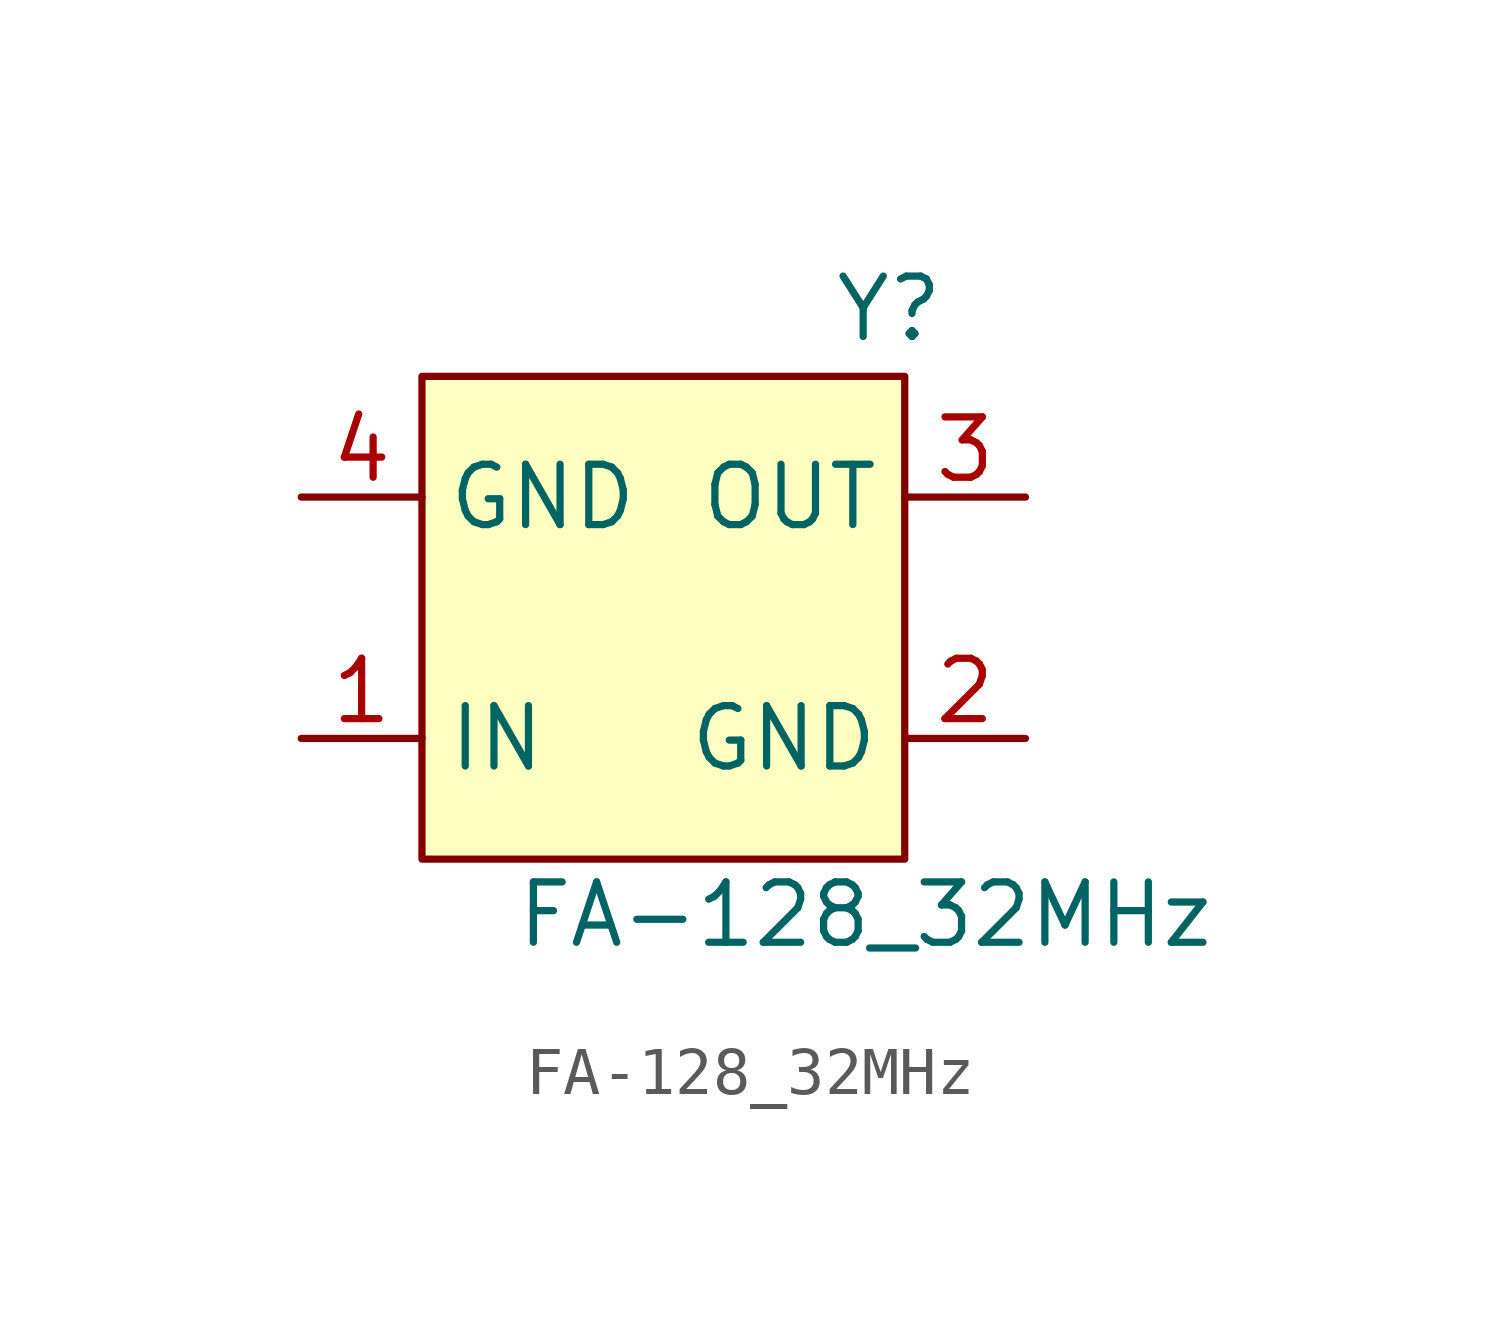
<source format=kicad_sym>
(kicad_symbol_lib
  (version 20211014)
  (generator kicad_symbol_editor)
  (symbol "FA-128_32MHz"
    (property "Reference" "Y"
      (at 4.75 6.5 0)
      (effects (font (size 1.27 1.27))))
    (property "Value" "FA-128_32MHz"
      (at 4.25 -6.25 0)
      (effects (font (size 1.27 1.27))))
    (symbol "FA-128_32MHz_0_1"
      (rectangle (start -5.08 5.08) (end 5.08 -5.08) (stroke (width 0) (type default) (color 0 0 0 0)) (fill (type background))))
    (symbol "FA-128_32MHz_1_1"
      (pin input line (at -7.62 -2.54 0) (length 2.54) (name "IN" (effects (font (size 1.27 1.27)))) (number "1" (effects (font (size 1.27 1.27)))))
      (pin input line (at 7.62 -2.54 180) (length 2.54) (name "GND" (effects (font (size 1.27 1.27)))) (number "2" (effects (font (size 1.27 1.27)))))
      (pin output line (at 7.62 2.54 180) (length 2.54) (name "OUT" (effects (font (size 1.27 1.27)))) (number "3" (effects (font (size 1.27 1.27)))))
      (pin input line (at -7.62 2.54 0) (length 2.54) (name "GND" (effects (font (size 1.27 1.27)))) (number "4" (effects (font (size 1.27 1.27))))))))
</source>
